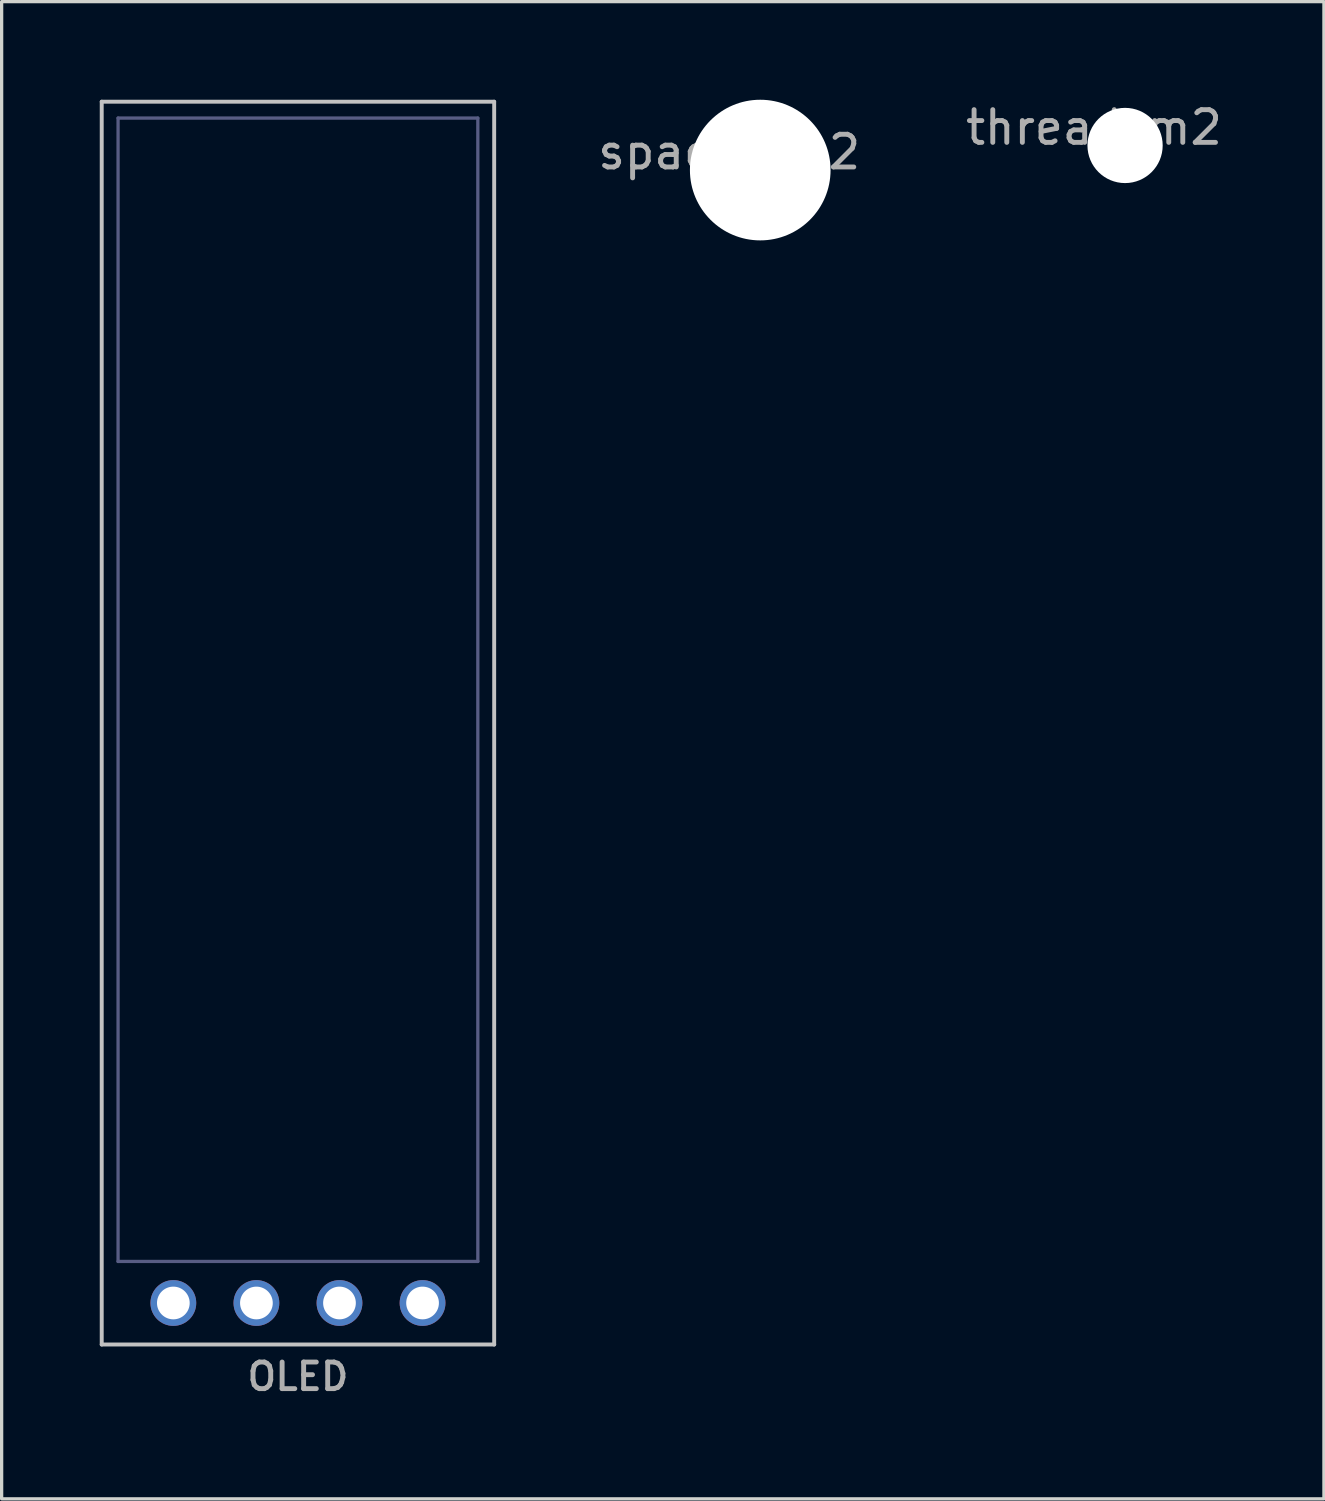
<source format=kicad_pcb>
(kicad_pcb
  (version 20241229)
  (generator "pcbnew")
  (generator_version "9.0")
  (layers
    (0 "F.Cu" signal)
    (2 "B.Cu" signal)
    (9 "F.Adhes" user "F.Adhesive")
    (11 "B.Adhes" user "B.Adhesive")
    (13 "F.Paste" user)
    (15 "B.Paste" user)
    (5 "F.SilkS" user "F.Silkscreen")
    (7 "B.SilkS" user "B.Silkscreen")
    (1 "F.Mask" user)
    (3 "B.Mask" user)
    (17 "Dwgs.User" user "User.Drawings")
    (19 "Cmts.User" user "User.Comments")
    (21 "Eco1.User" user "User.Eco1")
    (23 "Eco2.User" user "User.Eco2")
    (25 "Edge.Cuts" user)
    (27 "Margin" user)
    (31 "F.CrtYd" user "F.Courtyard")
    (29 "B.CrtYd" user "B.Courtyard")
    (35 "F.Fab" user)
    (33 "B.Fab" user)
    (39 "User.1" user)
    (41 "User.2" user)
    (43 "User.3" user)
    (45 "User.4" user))
  (footprint "thread_m2"
    (layer "F.Cu")
    (at 31.35 1.398)
    (property "Reference" "thread_m2" (at -0.95 -0.55 0) (layer "F.Fab") (effects (font (size 1 1) (thickness 0.15))))
    (attr board_only exclude_from_pos_files exclude_from_bom)
    (pad "" np_thru_hole circle (at 0 0) (size 2.3 2.3) (drill 2.3) (layers "*.Cu" "*.Mask")))
  (footprint "OLED"
    (layer "F.Cu")
    (at 6.06 36.79)
    (property "Reference" "OLED" (at 0 2.25 180) (layer "F.Fab") (effects (font (size 0.813 0.813) (thickness 0.15))))
    (attr through_hole)
    (fp_line (start -6 -36.73) (end 6 -36.73) (stroke (width 0.12) (type solid)) (layer "Dwgs.User"))
    (fp_line (start -6 1.27) (end -6 -36.73) (stroke (width 0.12) (type solid)) (layer "Dwgs.User"))
    (fp_line (start -6 1.27) (end 6 1.27) (stroke (width 0.12) (type solid)) (layer "Dwgs.User"))
    (fp_line (start 6 -36.73) (end 6 1.27) (stroke (width 0.12) (type solid)) (layer "Dwgs.User"))
    (fp_line (start -5.5 -36.23) (end 5.5 -36.23) (stroke (width 0.1) (type default)) (layer "B.Fab"))
    (fp_line (start -5.5 -1.27) (end -5.5 -36.23) (stroke (width 0.1) (type default)) (layer "B.Fab"))
    (fp_line (start 5.5 -1.27) (end -5.5 -1.27) (stroke (width 0.1) (type default)) (layer "B.Fab"))
    (fp_line (start 5.5 -1.27) (end 5.5 -36.23) (stroke (width 0.1) (type default)) (layer "B.Fab"))
    (pad "1" thru_hole circle (at -3.81 0) (size 1.4 1.4) (drill 1) (layers "*.Cu" "*.Mask"))
    (pad "2" thru_hole circle (at -1.27 0) (size 1.4 1.4) (drill 1) (layers "*.Cu" "*.Mask"))
    (pad "3" thru_hole circle (at 1.27 0) (size 1.4 1.4) (drill 1) (layers "*.Cu" "*.Mask"))
    (pad "4" thru_hole circle (at 3.81 0) (size 1.4 1.4) (drill 1) (layers "*.Cu" "*.Mask")))
  (footprint "spacer_m2"
    (layer "F.Cu")
    (at 20.195 2.15)
    (property "Reference" "spacer_m2" (at -0.95 -0.55 0) (layer "F.Fab") (effects (font (size 1 1) (thickness 0.15))))
    (attr board_only exclude_from_pos_files exclude_from_bom)
    (pad "" np_thru_hole circle (at 0 0) (size 4.3 4.3) (drill 4.3) (layers "*.Cu" "*.Mask")))
  (gr_rect
    (start -3 -3)
    (end 37.43 42.779)
    (stroke (width 0.1) (type default))
    (fill no)
    (layer "Edge.Cuts")))
</source>
